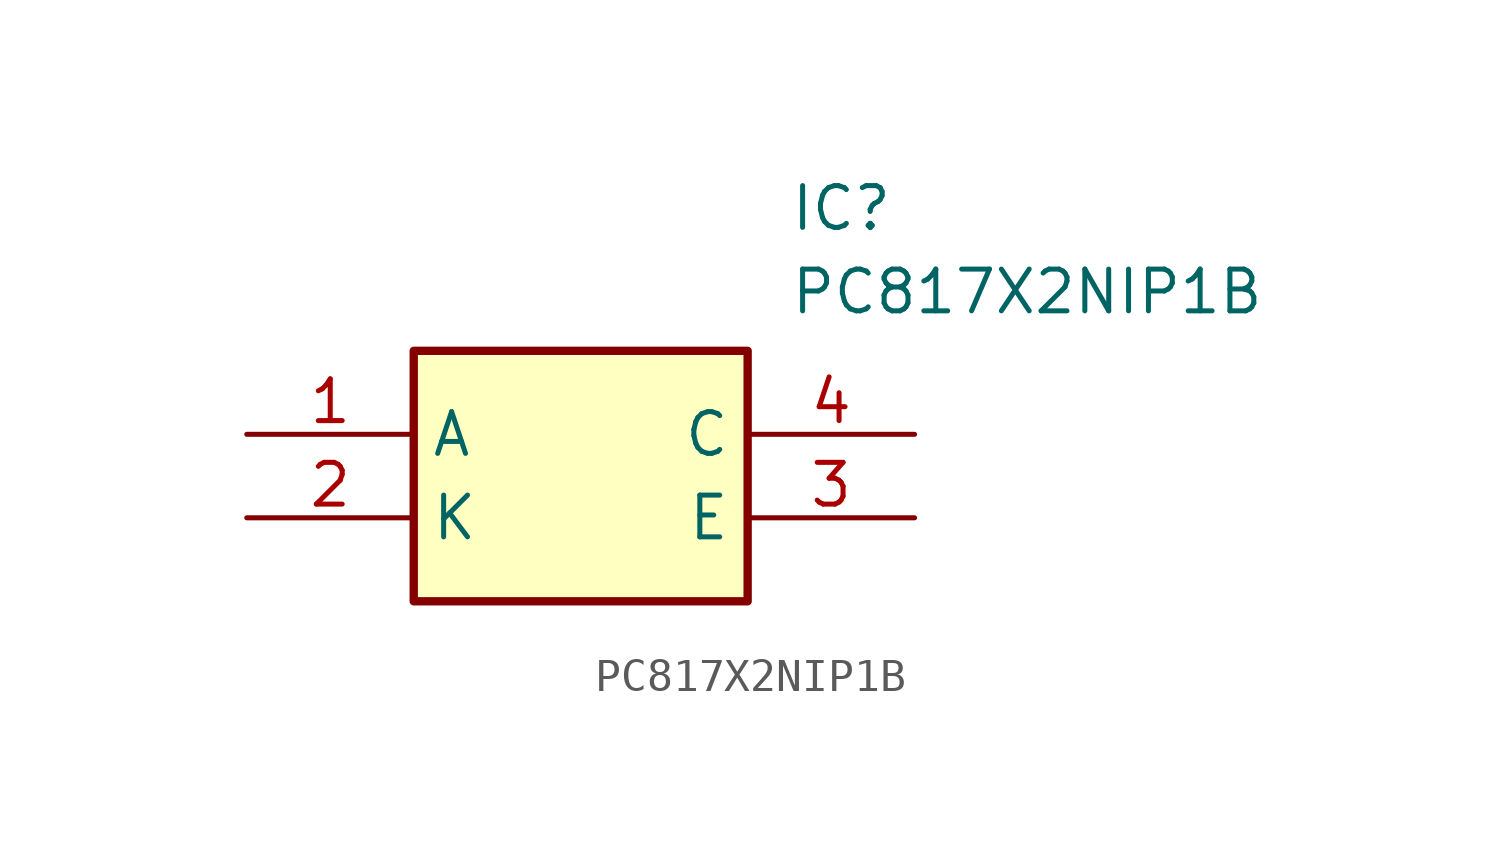
<source format=kicad_sym>
(kicad_symbol_lib
  (version 20211014)
  (generator kicad_symbol_editor)
  (symbol "PC817X2NIP1B"
    (property "Reference" "IC"
      (at 16.51 7.62 0)
      (effects (font (size 1.27 1.27)) (justify left top)))
    (property "Value" "PC817X2NIP1B"
      (at 16.51 5.08 0)
      (effects (font (size 1.27 1.27)) (justify left top)))
    (rectangle
      (start 5.08 2.54)
      (end 15.24 -5.08)
      (stroke (width 0.254) (type default))
      (fill (type background)))
    (pin passive line
      (at 0 0 0)
      (length 5.08)
      (name "A" (effects (font (size 1.27 1.27))))
      (number "1" (effects (font (size 1.27 1.27)))))
    (pin passive line
      (at 0 -2.54 0)
      (length 5.08)
      (name "K" (effects (font (size 1.27 1.27))))
      (number "2" (effects (font (size 1.27 1.27)))))
    (pin passive line
      (at 20.32 0 180)
      (length 5.08)
      (name "C" (effects (font (size 1.27 1.27))))
      (number "4" (effects (font (size 1.27 1.27)))))
    (pin passive line
      (at 20.32 -2.54 180)
      (length 5.08)
      (name "E" (effects (font (size 1.27 1.27))))
      (number "3" (effects (font (size 1.27 1.27)))))))
</source>
